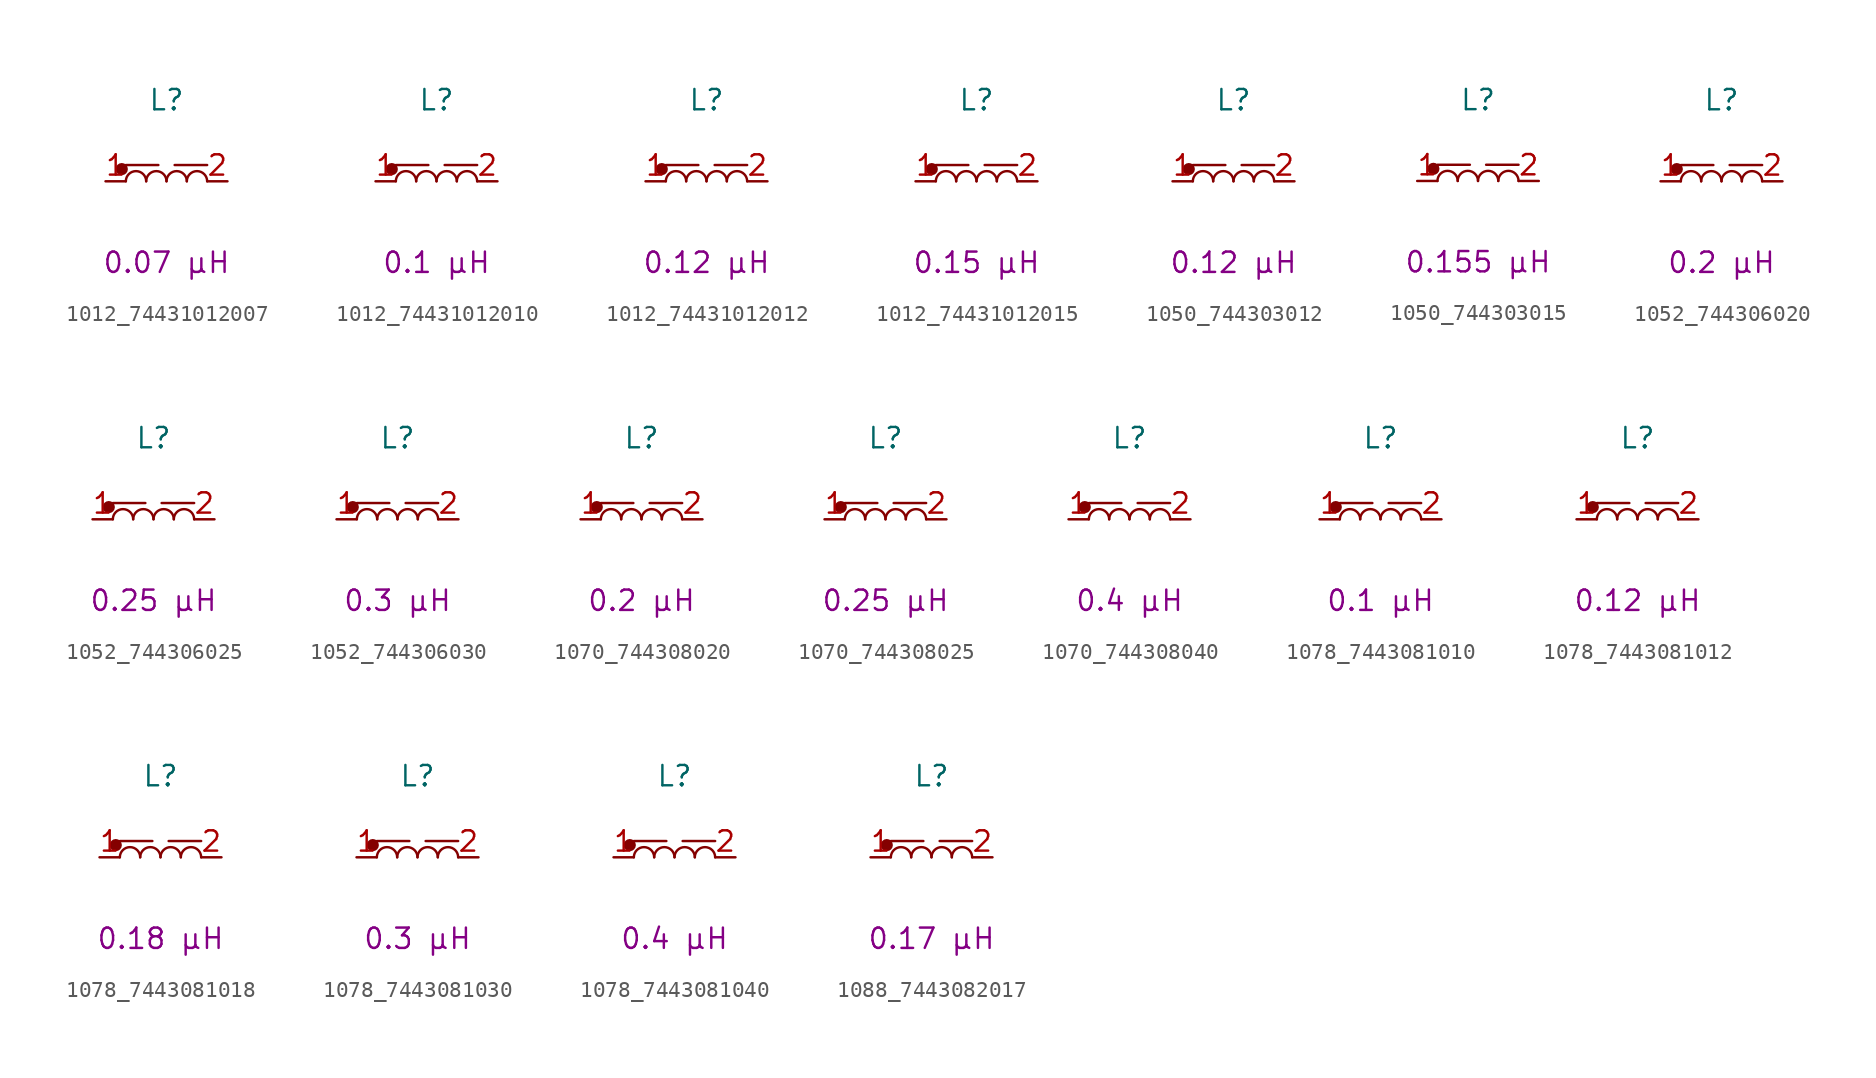
<source format=kicad_sym>
(kicad_symbol_lib
  (version 20220914)
  (generator kicad_symbol_editor)
  (symbol "1012_74431012007"
    (pin_names hide)
    (property "Reference" "L"
      (at 0 5.08 0)
      (effects (font (size 1.27 1.27))))
    (property "Critical Parameter" "0.07 µH"
      (at 0 -5.08 0)
      (effects (font (size 1.27 1.27))))
    (symbol "1012_74431012007_0_1"
      (arc (start -1.27 0) (mid -1.905 0.6323) (end -2.54 0) (stroke (width 0) (type default)) (fill (type none)))
      (arc (start 0 0) (mid -0.635 0.6323) (end -1.27 0) (stroke (width 0) (type default)) (fill (type none)))
      (polyline (pts (xy -2.54 1.016) (xy -0.508 1.016)) (stroke (width 0) (type default)) (fill (type none)))
      (arc (start 1.27 0) (mid 0.635 0.6323) (end 0 0) (stroke (width 0) (type default)) (fill (type none)))
      (arc (start 2.54 0) (mid 1.905 0.6323) (end 1.27 0) (stroke (width 0) (type default)) (fill (type none))))
    (symbol "1012_74431012007_1_1"
      (circle (center -2.794 0.762) (radius 0.0001) (stroke (width 0.381) (type default)) (fill (type none)))
      (polyline (pts (xy 2.54 1.016) (xy 0.508 1.016)) (stroke (width 0) (type default)) (fill (type none)))
      (pin passive line (at -3.81 0 0) (length 1.27) (name "1" (effects (font (size 1.27 1.27)))) (number "1" (effects (font (size 1.27 1.27)))))
      (pin passive line (at 3.81 0 180) (length 1.27) (name "2" (effects (font (size 1.27 1.27)))) (number "2" (effects (font (size 1.27 1.27)))))))
  (symbol "1012_74431012010"
    (pin_names hide)
    (property "Reference" "L"
      (at 0 5.08 0)
      (effects (font (size 1.27 1.27))))
    (property "Critical Parameter" "0.1 µH"
      (at 0 -5.08 0)
      (effects (font (size 1.27 1.27))))
    (symbol "1012_74431012010_0_1"
      (arc (start -1.27 0) (mid -1.905 0.6323) (end -2.54 0) (stroke (width 0) (type default)) (fill (type none)))
      (arc (start 0 0) (mid -0.635 0.6323) (end -1.27 0) (stroke (width 0) (type default)) (fill (type none)))
      (polyline (pts (xy -2.54 1.016) (xy -0.508 1.016)) (stroke (width 0) (type default)) (fill (type none)))
      (arc (start 1.27 0) (mid 0.635 0.6323) (end 0 0) (stroke (width 0) (type default)) (fill (type none)))
      (arc (start 2.54 0) (mid 1.905 0.6323) (end 1.27 0) (stroke (width 0) (type default)) (fill (type none))))
    (symbol "1012_74431012010_1_1"
      (circle (center -2.794 0.762) (radius 0.0001) (stroke (width 0.381) (type default)) (fill (type none)))
      (polyline (pts (xy 2.54 1.016) (xy 0.508 1.016)) (stroke (width 0) (type default)) (fill (type none)))
      (pin passive line (at -3.81 0 0) (length 1.27) (name "1" (effects (font (size 1.27 1.27)))) (number "1" (effects (font (size 1.27 1.27)))))
      (pin passive line (at 3.81 0 180) (length 1.27) (name "2" (effects (font (size 1.27 1.27)))) (number "2" (effects (font (size 1.27 1.27)))))))
  (symbol "1012_74431012012"
    (pin_names hide)
    (property "Reference" "L"
      (at 0 5.08 0)
      (effects (font (size 1.27 1.27))))
    (property "Critical Parameter" "0.12 µH"
      (at 0 -5.08 0)
      (effects (font (size 1.27 1.27))))
    (symbol "1012_74431012012_0_1"
      (arc (start -1.27 0) (mid -1.905 0.6323) (end -2.54 0) (stroke (width 0) (type default)) (fill (type none)))
      (arc (start 0 0) (mid -0.635 0.6323) (end -1.27 0) (stroke (width 0) (type default)) (fill (type none)))
      (polyline (pts (xy -2.54 1.016) (xy -0.508 1.016)) (stroke (width 0) (type default)) (fill (type none)))
      (arc (start 1.27 0) (mid 0.635 0.6323) (end 0 0) (stroke (width 0) (type default)) (fill (type none)))
      (arc (start 2.54 0) (mid 1.905 0.6323) (end 1.27 0) (stroke (width 0) (type default)) (fill (type none))))
    (symbol "1012_74431012012_1_1"
      (circle (center -2.794 0.762) (radius 0.0001) (stroke (width 0.381) (type default)) (fill (type none)))
      (polyline (pts (xy 2.54 1.016) (xy 0.508 1.016)) (stroke (width 0) (type default)) (fill (type none)))
      (pin passive line (at -3.81 0 0) (length 1.27) (name "1" (effects (font (size 1.27 1.27)))) (number "1" (effects (font (size 1.27 1.27)))))
      (pin passive line (at 3.81 0 180) (length 1.27) (name "2" (effects (font (size 1.27 1.27)))) (number "2" (effects (font (size 1.27 1.27)))))))
  (symbol "1012_74431012015"
    (pin_names hide)
    (property "Reference" "L"
      (at 0 5.08 0)
      (effects (font (size 1.27 1.27))))
    (property "Critical Parameter" "0.15 µH"
      (at 0 -5.08 0)
      (effects (font (size 1.27 1.27))))
    (symbol "1012_74431012015_0_1"
      (arc (start -1.27 0) (mid -1.905 0.6323) (end -2.54 0) (stroke (width 0) (type default)) (fill (type none)))
      (arc (start 0 0) (mid -0.635 0.6323) (end -1.27 0) (stroke (width 0) (type default)) (fill (type none)))
      (polyline (pts (xy -2.54 1.016) (xy -0.508 1.016)) (stroke (width 0) (type default)) (fill (type none)))
      (arc (start 1.27 0) (mid 0.635 0.6323) (end 0 0) (stroke (width 0) (type default)) (fill (type none)))
      (arc (start 2.54 0) (mid 1.905 0.6323) (end 1.27 0) (stroke (width 0) (type default)) (fill (type none))))
    (symbol "1012_74431012015_1_1"
      (circle (center -2.794 0.762) (radius 0.0001) (stroke (width 0.381) (type default)) (fill (type none)))
      (polyline (pts (xy 2.54 1.016) (xy 0.508 1.016)) (stroke (width 0) (type default)) (fill (type none)))
      (pin passive line (at -3.81 0 0) (length 1.27) (name "1" (effects (font (size 1.27 1.27)))) (number "1" (effects (font (size 1.27 1.27)))))
      (pin passive line (at 3.81 0 180) (length 1.27) (name "2" (effects (font (size 1.27 1.27)))) (number "2" (effects (font (size 1.27 1.27)))))))
  (symbol "1050_744303012"
    (pin_names hide)
    (property "Reference" "L"
      (at 0 5.08 0)
      (effects (font (size 1.27 1.27))))
    (property "Critical Parameter" "0.12 µH"
      (at 0 -5.08 0)
      (effects (font (size 1.27 1.27))))
    (symbol "1050_744303012_0_1"
      (arc (start -1.27 0) (mid -1.905 0.6323) (end -2.54 0) (stroke (width 0) (type default)) (fill (type none)))
      (arc (start 0 0) (mid -0.635 0.6323) (end -1.27 0) (stroke (width 0) (type default)) (fill (type none)))
      (polyline (pts (xy -2.54 1.016) (xy -0.508 1.016)) (stroke (width 0) (type default)) (fill (type none)))
      (arc (start 1.27 0) (mid 0.635 0.6323) (end 0 0) (stroke (width 0) (type default)) (fill (type none)))
      (arc (start 2.54 0) (mid 1.905 0.6323) (end 1.27 0) (stroke (width 0) (type default)) (fill (type none))))
    (symbol "1050_744303012_1_1"
      (circle (center -2.794 0.762) (radius 0.0001) (stroke (width 0.381) (type default)) (fill (type none)))
      (polyline (pts (xy 2.54 1.016) (xy 0.508 1.016)) (stroke (width 0) (type default)) (fill (type none)))
      (pin passive line (at -3.81 0 0) (length 1.27) (name "1" (effects (font (size 1.27 1.27)))) (number "1" (effects (font (size 1.27 1.27)))))
      (pin passive line (at 3.81 0 180) (length 1.27) (name "2" (effects (font (size 1.27 1.27)))) (number "2" (effects (font (size 1.27 1.27)))))))
  (symbol "1050_744303015"
    (pin_names hide)
    (property "Reference" "L"
      (at 0 5.08 0)
      (effects (font (size 1.27 1.27))))
    (property "Critical Parameter" "0.155 µH"
      (at 0 -5.08 0)
      (effects (font (size 1.27 1.27))))
    (symbol "1050_744303015_0_1"
      (arc (start -1.27 0) (mid -1.905 0.6323) (end -2.54 0) (stroke (width 0) (type default)) (fill (type none)))
      (arc (start 0 0) (mid -0.635 0.6323) (end -1.27 0) (stroke (width 0) (type default)) (fill (type none)))
      (polyline (pts (xy -2.54 1.016) (xy -0.508 1.016)) (stroke (width 0) (type default)) (fill (type none)))
      (arc (start 1.27 0) (mid 0.635 0.6323) (end 0 0) (stroke (width 0) (type default)) (fill (type none)))
      (arc (start 2.54 0) (mid 1.905 0.6323) (end 1.27 0) (stroke (width 0) (type default)) (fill (type none))))
    (symbol "1050_744303015_1_1"
      (circle (center -2.794 0.762) (radius 0.0001) (stroke (width 0.381) (type default)) (fill (type none)))
      (polyline (pts (xy 2.54 1.016) (xy 0.508 1.016)) (stroke (width 0) (type default)) (fill (type none)))
      (pin passive line (at -3.81 0 0) (length 1.27) (name "1" (effects (font (size 1.27 1.27)))) (number "1" (effects (font (size 1.27 1.27)))))
      (pin passive line (at 3.81 0 180) (length 1.27) (name "2" (effects (font (size 1.27 1.27)))) (number "2" (effects (font (size 1.27 1.27)))))))
  (symbol "1052_744306020"
    (pin_names hide)
    (property "Reference" "L"
      (at 0 5.08 0)
      (effects (font (size 1.27 1.27))))
    (property "Critical Parameter" "0.2 µH"
      (at 0 -5.08 0)
      (effects (font (size 1.27 1.27))))
    (symbol "1052_744306020_0_1"
      (arc (start -1.27 0) (mid -1.905 0.6323) (end -2.54 0) (stroke (width 0) (type default)) (fill (type none)))
      (arc (start 0 0) (mid -0.635 0.6323) (end -1.27 0) (stroke (width 0) (type default)) (fill (type none)))
      (polyline (pts (xy -2.54 1.016) (xy -0.508 1.016)) (stroke (width 0) (type default)) (fill (type none)))
      (arc (start 1.27 0) (mid 0.635 0.6323) (end 0 0) (stroke (width 0) (type default)) (fill (type none)))
      (arc (start 2.54 0) (mid 1.905 0.6323) (end 1.27 0) (stroke (width 0) (type default)) (fill (type none))))
    (symbol "1052_744306020_1_1"
      (circle (center -2.794 0.762) (radius 0.0001) (stroke (width 0.381) (type default)) (fill (type none)))
      (polyline (pts (xy 2.54 1.016) (xy 0.508 1.016)) (stroke (width 0) (type default)) (fill (type none)))
      (pin passive line (at -3.81 0 0) (length 1.27) (name "1" (effects (font (size 1.27 1.27)))) (number "1" (effects (font (size 1.27 1.27)))))
      (pin passive line (at 3.81 0 180) (length 1.27) (name "2" (effects (font (size 1.27 1.27)))) (number "2" (effects (font (size 1.27 1.27)))))))
  (symbol "1052_744306025"
    (pin_names hide)
    (property "Reference" "L"
      (at 0 5.08 0)
      (effects (font (size 1.27 1.27))))
    (property "Critical Parameter" "0.25 µH"
      (at 0 -5.08 0)
      (effects (font (size 1.27 1.27))))
    (symbol "1052_744306025_0_1"
      (arc (start -1.27 0) (mid -1.905 0.6323) (end -2.54 0) (stroke (width 0) (type default)) (fill (type none)))
      (arc (start 0 0) (mid -0.635 0.6323) (end -1.27 0) (stroke (width 0) (type default)) (fill (type none)))
      (polyline (pts (xy -2.54 1.016) (xy -0.508 1.016)) (stroke (width 0) (type default)) (fill (type none)))
      (arc (start 1.27 0) (mid 0.635 0.6323) (end 0 0) (stroke (width 0) (type default)) (fill (type none)))
      (arc (start 2.54 0) (mid 1.905 0.6323) (end 1.27 0) (stroke (width 0) (type default)) (fill (type none))))
    (symbol "1052_744306025_1_1"
      (circle (center -2.794 0.762) (radius 0.0001) (stroke (width 0.381) (type default)) (fill (type none)))
      (polyline (pts (xy 2.54 1.016) (xy 0.508 1.016)) (stroke (width 0) (type default)) (fill (type none)))
      (pin passive line (at -3.81 0 0) (length 1.27) (name "1" (effects (font (size 1.27 1.27)))) (number "1" (effects (font (size 1.27 1.27)))))
      (pin passive line (at 3.81 0 180) (length 1.27) (name "2" (effects (font (size 1.27 1.27)))) (number "2" (effects (font (size 1.27 1.27)))))))
  (symbol "1052_744306030"
    (pin_names hide)
    (property "Reference" "L"
      (at 0 5.08 0)
      (effects (font (size 1.27 1.27))))
    (property "Critical Parameter" "0.3 µH"
      (at 0 -5.08 0)
      (effects (font (size 1.27 1.27))))
    (symbol "1052_744306030_0_1"
      (arc (start -1.27 0) (mid -1.905 0.6323) (end -2.54 0) (stroke (width 0) (type default)) (fill (type none)))
      (arc (start 0 0) (mid -0.635 0.6323) (end -1.27 0) (stroke (width 0) (type default)) (fill (type none)))
      (polyline (pts (xy -2.54 1.016) (xy -0.508 1.016)) (stroke (width 0) (type default)) (fill (type none)))
      (arc (start 1.27 0) (mid 0.635 0.6323) (end 0 0) (stroke (width 0) (type default)) (fill (type none)))
      (arc (start 2.54 0) (mid 1.905 0.6323) (end 1.27 0) (stroke (width 0) (type default)) (fill (type none))))
    (symbol "1052_744306030_1_1"
      (circle (center -2.794 0.762) (radius 0.0001) (stroke (width 0.381) (type default)) (fill (type none)))
      (polyline (pts (xy 2.54 1.016) (xy 0.508 1.016)) (stroke (width 0) (type default)) (fill (type none)))
      (pin passive line (at -3.81 0 0) (length 1.27) (name "1" (effects (font (size 1.27 1.27)))) (number "1" (effects (font (size 1.27 1.27)))))
      (pin passive line (at 3.81 0 180) (length 1.27) (name "2" (effects (font (size 1.27 1.27)))) (number "2" (effects (font (size 1.27 1.27)))))))
  (symbol "1070_744308020"
    (pin_names hide)
    (property "Reference" "L"
      (at 0 5.08 0)
      (effects (font (size 1.27 1.27))))
    (property "Critical Parameter" "0.2 µH"
      (at 0 -5.08 0)
      (effects (font (size 1.27 1.27))))
    (symbol "1070_744308020_0_1"
      (arc (start -1.27 0) (mid -1.905 0.6323) (end -2.54 0) (stroke (width 0) (type default)) (fill (type none)))
      (arc (start 0 0) (mid -0.635 0.6323) (end -1.27 0) (stroke (width 0) (type default)) (fill (type none)))
      (polyline (pts (xy -2.54 1.016) (xy -0.508 1.016)) (stroke (width 0) (type default)) (fill (type none)))
      (arc (start 1.27 0) (mid 0.635 0.6323) (end 0 0) (stroke (width 0) (type default)) (fill (type none)))
      (arc (start 2.54 0) (mid 1.905 0.6323) (end 1.27 0) (stroke (width 0) (type default)) (fill (type none))))
    (symbol "1070_744308020_1_1"
      (circle (center -2.794 0.762) (radius 0.0001) (stroke (width 0.381) (type default)) (fill (type none)))
      (polyline (pts (xy 2.54 1.016) (xy 0.508 1.016)) (stroke (width 0) (type default)) (fill (type none)))
      (pin passive line (at -3.81 0 0) (length 1.27) (name "1" (effects (font (size 1.27 1.27)))) (number "1" (effects (font (size 1.27 1.27)))))
      (pin passive line (at 3.81 0 180) (length 1.27) (name "2" (effects (font (size 1.27 1.27)))) (number "2" (effects (font (size 1.27 1.27)))))))
  (symbol "1070_744308025"
    (pin_names hide)
    (property "Reference" "L"
      (at 0 5.08 0)
      (effects (font (size 1.27 1.27))))
    (property "Critical Parameter" "0.25 µH"
      (at 0 -5.08 0)
      (effects (font (size 1.27 1.27))))
    (symbol "1070_744308025_0_1"
      (arc (start -1.27 0) (mid -1.905 0.6323) (end -2.54 0) (stroke (width 0) (type default)) (fill (type none)))
      (arc (start 0 0) (mid -0.635 0.6323) (end -1.27 0) (stroke (width 0) (type default)) (fill (type none)))
      (polyline (pts (xy -2.54 1.016) (xy -0.508 1.016)) (stroke (width 0) (type default)) (fill (type none)))
      (arc (start 1.27 0) (mid 0.635 0.6323) (end 0 0) (stroke (width 0) (type default)) (fill (type none)))
      (arc (start 2.54 0) (mid 1.905 0.6323) (end 1.27 0) (stroke (width 0) (type default)) (fill (type none))))
    (symbol "1070_744308025_1_1"
      (circle (center -2.794 0.762) (radius 0.0001) (stroke (width 0.381) (type default)) (fill (type none)))
      (polyline (pts (xy 2.54 1.016) (xy 0.508 1.016)) (stroke (width 0) (type default)) (fill (type none)))
      (pin passive line (at -3.81 0 0) (length 1.27) (name "1" (effects (font (size 1.27 1.27)))) (number "1" (effects (font (size 1.27 1.27)))))
      (pin passive line (at 3.81 0 180) (length 1.27) (name "2" (effects (font (size 1.27 1.27)))) (number "2" (effects (font (size 1.27 1.27)))))))
  (symbol "1070_744308040"
    (pin_names hide)
    (property "Reference" "L"
      (at 0 5.08 0)
      (effects (font (size 1.27 1.27))))
    (property "Critical Parameter" "0.4 µH"
      (at 0 -5.08 0)
      (effects (font (size 1.27 1.27))))
    (symbol "1070_744308040_0_1"
      (arc (start -1.27 0) (mid -1.905 0.6323) (end -2.54 0) (stroke (width 0) (type default)) (fill (type none)))
      (arc (start 0 0) (mid -0.635 0.6323) (end -1.27 0) (stroke (width 0) (type default)) (fill (type none)))
      (polyline (pts (xy -2.54 1.016) (xy -0.508 1.016)) (stroke (width 0) (type default)) (fill (type none)))
      (arc (start 1.27 0) (mid 0.635 0.6323) (end 0 0) (stroke (width 0) (type default)) (fill (type none)))
      (arc (start 2.54 0) (mid 1.905 0.6323) (end 1.27 0) (stroke (width 0) (type default)) (fill (type none))))
    (symbol "1070_744308040_1_1"
      (circle (center -2.794 0.762) (radius 0.0001) (stroke (width 0.381) (type default)) (fill (type none)))
      (polyline (pts (xy 2.54 1.016) (xy 0.508 1.016)) (stroke (width 0) (type default)) (fill (type none)))
      (pin passive line (at -3.81 0 0) (length 1.27) (name "1" (effects (font (size 1.27 1.27)))) (number "1" (effects (font (size 1.27 1.27)))))
      (pin passive line (at 3.81 0 180) (length 1.27) (name "2" (effects (font (size 1.27 1.27)))) (number "2" (effects (font (size 1.27 1.27)))))))
  (symbol "1078_7443081010"
    (pin_names hide)
    (property "Reference" "L"
      (at 0 5.08 0)
      (effects (font (size 1.27 1.27))))
    (property "Critical Parameter" "0.1 µH"
      (at 0 -5.08 0)
      (effects (font (size 1.27 1.27))))
    (symbol "1078_7443081010_0_1"
      (arc (start -1.27 0) (mid -1.905 0.6323) (end -2.54 0) (stroke (width 0) (type default)) (fill (type none)))
      (arc (start 0 0) (mid -0.635 0.6323) (end -1.27 0) (stroke (width 0) (type default)) (fill (type none)))
      (polyline (pts (xy -2.54 1.016) (xy -0.508 1.016)) (stroke (width 0) (type default)) (fill (type none)))
      (arc (start 1.27 0) (mid 0.635 0.6323) (end 0 0) (stroke (width 0) (type default)) (fill (type none)))
      (arc (start 2.54 0) (mid 1.905 0.6323) (end 1.27 0) (stroke (width 0) (type default)) (fill (type none))))
    (symbol "1078_7443081010_1_1"
      (circle (center -2.794 0.762) (radius 0.0001) (stroke (width 0.381) (type default)) (fill (type none)))
      (polyline (pts (xy 2.54 1.016) (xy 0.508 1.016)) (stroke (width 0) (type default)) (fill (type none)))
      (pin passive line (at -3.81 0 0) (length 1.27) (name "1" (effects (font (size 1.27 1.27)))) (number "1" (effects (font (size 1.27 1.27)))))
      (pin passive line (at 3.81 0 180) (length 1.27) (name "2" (effects (font (size 1.27 1.27)))) (number "2" (effects (font (size 1.27 1.27)))))))
  (symbol "1078_7443081012"
    (pin_names hide)
    (property "Reference" "L"
      (at 0 5.08 0)
      (effects (font (size 1.27 1.27))))
    (property "Critical Parameter" "0.12 µH"
      (at 0 -5.08 0)
      (effects (font (size 1.27 1.27))))
    (symbol "1078_7443081012_0_1"
      (arc (start -1.27 0) (mid -1.905 0.6323) (end -2.54 0) (stroke (width 0) (type default)) (fill (type none)))
      (arc (start 0 0) (mid -0.635 0.6323) (end -1.27 0) (stroke (width 0) (type default)) (fill (type none)))
      (polyline (pts (xy -2.54 1.016) (xy -0.508 1.016)) (stroke (width 0) (type default)) (fill (type none)))
      (arc (start 1.27 0) (mid 0.635 0.6323) (end 0 0) (stroke (width 0) (type default)) (fill (type none)))
      (arc (start 2.54 0) (mid 1.905 0.6323) (end 1.27 0) (stroke (width 0) (type default)) (fill (type none))))
    (symbol "1078_7443081012_1_1"
      (circle (center -2.794 0.762) (radius 0.0001) (stroke (width 0.381) (type default)) (fill (type none)))
      (polyline (pts (xy 2.54 1.016) (xy 0.508 1.016)) (stroke (width 0) (type default)) (fill (type none)))
      (pin passive line (at -3.81 0 0) (length 1.27) (name "1" (effects (font (size 1.27 1.27)))) (number "1" (effects (font (size 1.27 1.27)))))
      (pin passive line (at 3.81 0 180) (length 1.27) (name "2" (effects (font (size 1.27 1.27)))) (number "2" (effects (font (size 1.27 1.27)))))))
  (symbol "1078_7443081018"
    (pin_names hide)
    (property "Reference" "L"
      (at 0 5.08 0)
      (effects (font (size 1.27 1.27))))
    (property "Critical Parameter" "0.18 µH"
      (at 0 -5.08 0)
      (effects (font (size 1.27 1.27))))
    (symbol "1078_7443081018_0_1"
      (arc (start -1.27 0) (mid -1.905 0.6323) (end -2.54 0) (stroke (width 0) (type default)) (fill (type none)))
      (arc (start 0 0) (mid -0.635 0.6323) (end -1.27 0) (stroke (width 0) (type default)) (fill (type none)))
      (polyline (pts (xy -2.54 1.016) (xy -0.508 1.016)) (stroke (width 0) (type default)) (fill (type none)))
      (arc (start 1.27 0) (mid 0.635 0.6323) (end 0 0) (stroke (width 0) (type default)) (fill (type none)))
      (arc (start 2.54 0) (mid 1.905 0.6323) (end 1.27 0) (stroke (width 0) (type default)) (fill (type none))))
    (symbol "1078_7443081018_1_1"
      (circle (center -2.794 0.762) (radius 0.0001) (stroke (width 0.381) (type default)) (fill (type none)))
      (polyline (pts (xy 2.54 1.016) (xy 0.508 1.016)) (stroke (width 0) (type default)) (fill (type none)))
      (pin passive line (at -3.81 0 0) (length 1.27) (name "1" (effects (font (size 1.27 1.27)))) (number "1" (effects (font (size 1.27 1.27)))))
      (pin passive line (at 3.81 0 180) (length 1.27) (name "2" (effects (font (size 1.27 1.27)))) (number "2" (effects (font (size 1.27 1.27)))))))
  (symbol "1078_7443081030"
    (pin_names hide)
    (property "Reference" "L"
      (at 0 5.08 0)
      (effects (font (size 1.27 1.27))))
    (property "Critical Parameter" "0.3 µH"
      (at 0 -5.08 0)
      (effects (font (size 1.27 1.27))))
    (symbol "1078_7443081030_0_1"
      (arc (start -1.27 0) (mid -1.905 0.6323) (end -2.54 0) (stroke (width 0) (type default)) (fill (type none)))
      (arc (start 0 0) (mid -0.635 0.6323) (end -1.27 0) (stroke (width 0) (type default)) (fill (type none)))
      (polyline (pts (xy -2.54 1.016) (xy -0.508 1.016)) (stroke (width 0) (type default)) (fill (type none)))
      (arc (start 1.27 0) (mid 0.635 0.6323) (end 0 0) (stroke (width 0) (type default)) (fill (type none)))
      (arc (start 2.54 0) (mid 1.905 0.6323) (end 1.27 0) (stroke (width 0) (type default)) (fill (type none))))
    (symbol "1078_7443081030_1_1"
      (circle (center -2.794 0.762) (radius 0.0001) (stroke (width 0.381) (type default)) (fill (type none)))
      (polyline (pts (xy 2.54 1.016) (xy 0.508 1.016)) (stroke (width 0) (type default)) (fill (type none)))
      (pin passive line (at -3.81 0 0) (length 1.27) (name "1" (effects (font (size 1.27 1.27)))) (number "1" (effects (font (size 1.27 1.27)))))
      (pin passive line (at 3.81 0 180) (length 1.27) (name "2" (effects (font (size 1.27 1.27)))) (number "2" (effects (font (size 1.27 1.27)))))))
  (symbol "1078_7443081040"
    (pin_names hide)
    (property "Reference" "L"
      (at 0 5.08 0)
      (effects (font (size 1.27 1.27))))
    (property "Critical Parameter" "0.4 µH"
      (at 0 -5.08 0)
      (effects (font (size 1.27 1.27))))
    (symbol "1078_7443081040_0_1"
      (arc (start -1.27 0) (mid -1.905 0.6323) (end -2.54 0) (stroke (width 0) (type default)) (fill (type none)))
      (arc (start 0 0) (mid -0.635 0.6323) (end -1.27 0) (stroke (width 0) (type default)) (fill (type none)))
      (polyline (pts (xy -2.54 1.016) (xy -0.508 1.016)) (stroke (width 0) (type default)) (fill (type none)))
      (arc (start 1.27 0) (mid 0.635 0.6323) (end 0 0) (stroke (width 0) (type default)) (fill (type none)))
      (arc (start 2.54 0) (mid 1.905 0.6323) (end 1.27 0) (stroke (width 0) (type default)) (fill (type none))))
    (symbol "1078_7443081040_1_1"
      (circle (center -2.794 0.762) (radius 0.0001) (stroke (width 0.381) (type default)) (fill (type none)))
      (polyline (pts (xy 2.54 1.016) (xy 0.508 1.016)) (stroke (width 0) (type default)) (fill (type none)))
      (pin passive line (at -3.81 0 0) (length 1.27) (name "1" (effects (font (size 1.27 1.27)))) (number "1" (effects (font (size 1.27 1.27)))))
      (pin passive line (at 3.81 0 180) (length 1.27) (name "2" (effects (font (size 1.27 1.27)))) (number "2" (effects (font (size 1.27 1.27)))))))
  (symbol "1088_7443082017"
    (pin_names hide)
    (property "Reference" "L"
      (at 0 5.08 0)
      (effects (font (size 1.27 1.27))))
    (property "Critical Parameter" "0.17 µH"
      (at 0 -5.08 0)
      (effects (font (size 1.27 1.27))))
    (symbol "1088_7443082017_0_1"
      (arc (start -1.27 0) (mid -1.905 0.6323) (end -2.54 0) (stroke (width 0) (type default)) (fill (type none)))
      (arc (start 0 0) (mid -0.635 0.6323) (end -1.27 0) (stroke (width 0) (type default)) (fill (type none)))
      (polyline (pts (xy -2.54 1.016) (xy -0.508 1.016)) (stroke (width 0) (type default)) (fill (type none)))
      (arc (start 1.27 0) (mid 0.635 0.6323) (end 0 0) (stroke (width 0) (type default)) (fill (type none)))
      (arc (start 2.54 0) (mid 1.905 0.6323) (end 1.27 0) (stroke (width 0) (type default)) (fill (type none))))
    (symbol "1088_7443082017_1_1"
      (circle (center -2.794 0.762) (radius 0.0001) (stroke (width 0.381) (type default)) (fill (type none)))
      (polyline (pts (xy 2.54 1.016) (xy 0.508 1.016)) (stroke (width 0) (type default)) (fill (type none)))
      (pin passive line (at -3.81 0 0) (length 1.27) (name "1" (effects (font (size 1.27 1.27)))) (number "1" (effects (font (size 1.27 1.27)))))
      (pin passive line (at 3.81 0 180) (length 1.27) (name "2" (effects (font (size 1.27 1.27)))) (number "2" (effects (font (size 1.27 1.27))))))))
</source>
